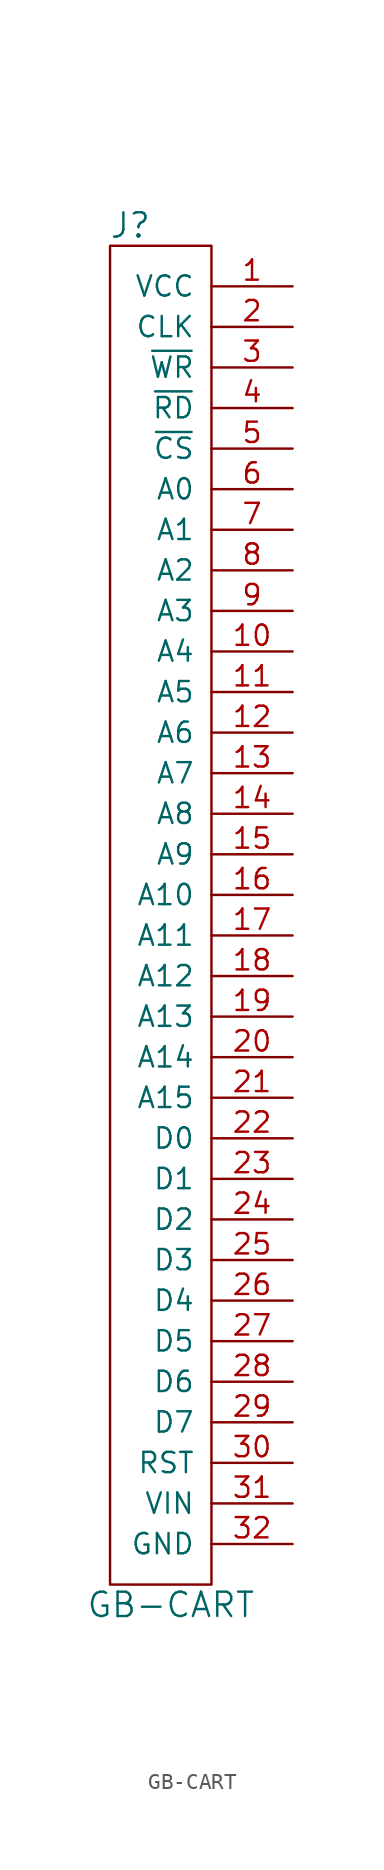
<source format=kicad_sym>
(kicad_symbol_lib
  (version 20211014)
  (generator kicad_symbol_editor)
  (symbol "GB-CART"
    (pin_names
      (offset 1.016))
    (property "Reference" "J"
      (at -2.54 43.18 0)
      (effects (font (size 1.524 1.524))))
    (property "Value" "GB-CART"
      (at 0 -43.18 0)
      (effects (font (size 1.524 1.524))))
    (property "Footprint" ""
      (at 0 0 0)
      (effects (font (size 1.524 1.524))))
    (property "Datasheet" ""
      (at 0 0 0)
      (effects (font (size 1.524 1.524))))
    (symbol "GB-CART_0_1"
      (rectangle (start -3.81 41.91) (end 2.54 -41.91) (stroke (width 0) (type default) (color 0 0 0 0)) (fill (type none))))
    (symbol "GB-CART_1_1"
      (pin power_out line (at 7.62 39.37 180) (length 5.08) (name "VCC" (effects (font (size 1.27 1.27)))) (number "1" (effects (font (size 1.27 1.27)))))
      (pin output line (at 7.62 16.51 180) (length 5.08) (name "A4" (effects (font (size 1.27 1.27)))) (number "10" (effects (font (size 1.27 1.27)))))
      (pin output line (at 7.62 13.97 180) (length 5.08) (name "A5" (effects (font (size 1.27 1.27)))) (number "11" (effects (font (size 1.27 1.27)))))
      (pin output line (at 7.62 11.43 180) (length 5.08) (name "A6" (effects (font (size 1.27 1.27)))) (number "12" (effects (font (size 1.27 1.27)))))
      (pin output line (at 7.62 8.89 180) (length 5.08) (name "A7" (effects (font (size 1.27 1.27)))) (number "13" (effects (font (size 1.27 1.27)))))
      (pin output line (at 7.62 6.35 180) (length 5.08) (name "A8" (effects (font (size 1.27 1.27)))) (number "14" (effects (font (size 1.27 1.27)))))
      (pin output line (at 7.62 3.81 180) (length 5.08) (name "A9" (effects (font (size 1.27 1.27)))) (number "15" (effects (font (size 1.27 1.27)))))
      (pin output line (at 7.62 1.27 180) (length 5.08) (name "A10" (effects (font (size 1.27 1.27)))) (number "16" (effects (font (size 1.27 1.27)))))
      (pin output line (at 7.62 -1.27 180) (length 5.08) (name "A11" (effects (font (size 1.27 1.27)))) (number "17" (effects (font (size 1.27 1.27)))))
      (pin output line (at 7.62 -3.81 180) (length 5.08) (name "A12" (effects (font (size 1.27 1.27)))) (number "18" (effects (font (size 1.27 1.27)))))
      (pin output line (at 7.62 -6.35 180) (length 5.08) (name "A13" (effects (font (size 1.27 1.27)))) (number "19" (effects (font (size 1.27 1.27)))))
      (pin output line (at 7.62 36.83 180) (length 5.08) (name "CLK" (effects (font (size 1.27 1.27)))) (number "2" (effects (font (size 1.27 1.27)))))
      (pin output line (at 7.62 -8.89 180) (length 5.08) (name "A14" (effects (font (size 1.27 1.27)))) (number "20" (effects (font (size 1.27 1.27)))))
      (pin output line (at 7.62 -11.43 180) (length 5.08) (name "A15" (effects (font (size 1.27 1.27)))) (number "21" (effects (font (size 1.27 1.27)))))
      (pin tri_state line (at 7.62 -13.97 180) (length 5.08) (name "D0" (effects (font (size 1.27 1.27)))) (number "22" (effects (font (size 1.27 1.27)))))
      (pin tri_state line (at 7.62 -16.51 180) (length 5.08) (name "D1" (effects (font (size 1.27 1.27)))) (number "23" (effects (font (size 1.27 1.27)))))
      (pin tri_state line (at 7.62 -19.05 180) (length 5.08) (name "D2" (effects (font (size 1.27 1.27)))) (number "24" (effects (font (size 1.27 1.27)))))
      (pin tri_state line (at 7.62 -21.59 180) (length 5.08) (name "D3" (effects (font (size 1.27 1.27)))) (number "25" (effects (font (size 1.27 1.27)))))
      (pin tri_state line (at 7.62 -24.13 180) (length 5.08) (name "D4" (effects (font (size 1.27 1.27)))) (number "26" (effects (font (size 1.27 1.27)))))
      (pin tri_state line (at 7.62 -26.67 180) (length 5.08) (name "D5" (effects (font (size 1.27 1.27)))) (number "27" (effects (font (size 1.27 1.27)))))
      (pin tri_state line (at 7.62 -29.21 180) (length 5.08) (name "D6" (effects (font (size 1.27 1.27)))) (number "28" (effects (font (size 1.27 1.27)))))
      (pin tri_state line (at 7.62 -31.75 180) (length 5.08) (name "D7" (effects (font (size 1.27 1.27)))) (number "29" (effects (font (size 1.27 1.27)))))
      (pin output line (at 7.62 34.29 180) (length 5.08) (name "~{WR}" (effects (font (size 1.27 1.27)))) (number "3" (effects (font (size 1.27 1.27)))))
      (pin output line (at 7.62 -34.29 180) (length 5.08) (name "RST" (effects (font (size 1.27 1.27)))) (number "30" (effects (font (size 1.27 1.27)))))
      (pin input line (at 7.62 -36.83 180) (length 5.08) (name "VIN" (effects (font (size 1.27 1.27)))) (number "31" (effects (font (size 1.27 1.27)))))
      (pin power_out line (at 7.62 -39.37 180) (length 5.08) (name "GND" (effects (font (size 1.27 1.27)))) (number "32" (effects (font (size 1.27 1.27)))))
      (pin output line (at 7.62 31.75 180) (length 5.08) (name "~{RD}" (effects (font (size 1.27 1.27)))) (number "4" (effects (font (size 1.27 1.27)))))
      (pin output line (at 7.62 29.21 180) (length 5.08) (name "~{CS}" (effects (font (size 1.27 1.27)))) (number "5" (effects (font (size 1.27 1.27)))))
      (pin output line (at 7.62 26.67 180) (length 5.08) (name "A0" (effects (font (size 1.27 1.27)))) (number "6" (effects (font (size 1.27 1.27)))))
      (pin output line (at 7.62 24.13 180) (length 5.08) (name "A1" (effects (font (size 1.27 1.27)))) (number "7" (effects (font (size 1.27 1.27)))))
      (pin output line (at 7.62 21.59 180) (length 5.08) (name "A2" (effects (font (size 1.27 1.27)))) (number "8" (effects (font (size 1.27 1.27)))))
      (pin output line (at 7.62 19.05 180) (length 5.08) (name "A3" (effects (font (size 1.27 1.27)))) (number "9" (effects (font (size 1.27 1.27))))))))
</source>
